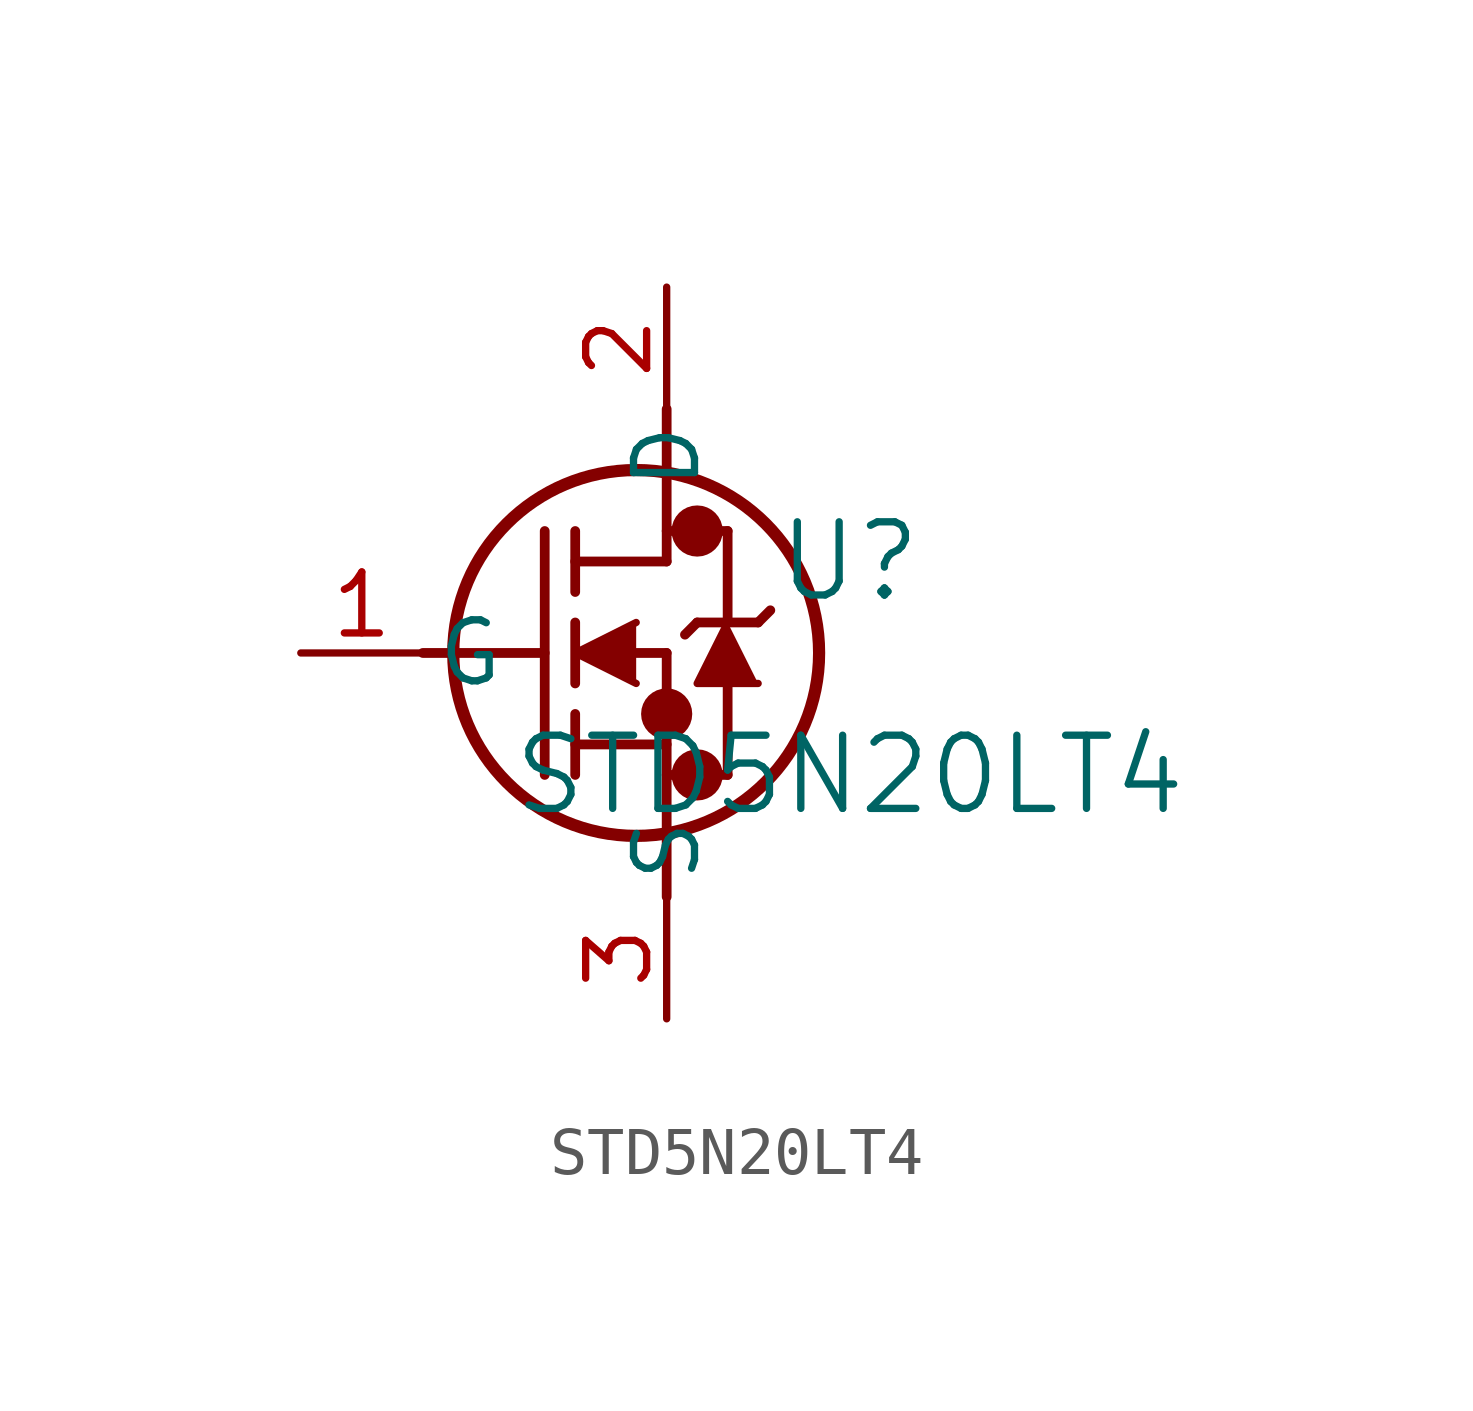
<source format=kicad_sym>
(kicad_symbol_lib
  (version 20211014)
  (generator kicad_symbol_editor)
  (symbol "STD5N20LT4"
    (pin_names
      (offset 0.254))
    (property "Reference" "U"
      (at 11.43 1.905 0)
      (effects (font (size 1.524 1.524))))
    (property "Value" "STD5N20LT4"
      (at 11.43 -2.54 0)
      (effects (font (size 1.524 1.524))))
    (symbol "STD5N20LT4_0_1"
      (circle (center 8.255 2.54) (radius 0.025) (stroke (width 0.508) (type default) (color 0 0 0 0)) (fill (type none)))
      (circle (center 8.255 -2.54) (radius 0.025) (stroke (width 0.508) (type default) (color 0 0 0 0)) (fill (type none)))
      (circle (center 7.62 -1.27) (radius 0.025) (stroke (width 0.508) (type default) (color 0 0 0 0)) (fill (type none)))
      (circle (center 6.985 0) (radius 3.81) (stroke (width 0.254) (type default) (color 0 0 0 0)) (fill (type none)))
      (polyline (pts (xy 2.54 0) (xy 5.08 0)) (stroke (width 0.203) (type default) (color 0 0 0 0)) (fill (type none)))
      (polyline (pts (xy 5.08 -2.54) (xy 5.08 2.54)) (stroke (width 0.203) (type default) (color 0 0 0 0)) (fill (type none)))
      (polyline (pts (xy 5.715 -0.635) (xy 5.715 0.635)) (stroke (width 0.203) (type default) (color 0 0 0 0)) (fill (type none)))
      (polyline (pts (xy 5.715 -2.54) (xy 5.715 -1.27)) (stroke (width 0.203) (type default) (color 0 0 0 0)) (fill (type none)))
      (polyline (pts (xy 5.715 1.27) (xy 5.715 2.54)) (stroke (width 0.203) (type default) (color 0 0 0 0)) (fill (type none)))
      (polyline (pts (xy 6.985 0) (xy 7.62 0)) (stroke (width 0.203) (type default) (color 0 0 0 0)) (fill (type none)))
      (polyline (pts (xy 5.715 -1.905) (xy 7.62 -1.905)) (stroke (width 0.203) (type default) (color 0 0 0 0)) (fill (type none)))
      (polyline (pts (xy 7.62 -5.08) (xy 7.62 0)) (stroke (width 0.203) (type default) (color 0 0 0 0)) (fill (type none)))
      (polyline (pts (xy 7.62 -2.54) (xy 8.89 -2.54)) (stroke (width 0.203) (type default) (color 0 0 0 0)) (fill (type none)))
      (polyline (pts (xy 5.715 1.905) (xy 7.62 1.905)) (stroke (width 0.203) (type default) (color 0 0 0 0)) (fill (type none)))
      (polyline (pts (xy 8.89 0.635) (xy 8.89 2.54)) (stroke (width 0.203) (type default) (color 0 0 0 0)) (fill (type none)))
      (polyline (pts (xy 8.89 -2.54) (xy 8.89 -0.635)) (stroke (width 0.203) (type default) (color 0 0 0 0)) (fill (type none)))
      (polyline (pts (xy 9.779 0.889) (xy 9.525 0.635)) (stroke (width 0.203) (type default) (color 0 0 0 0)) (fill (type none)))
      (polyline (pts (xy 9.525 0.635) (xy 8.255 0.635)) (stroke (width 0.203) (type default) (color 0 0 0 0)) (fill (type none)))
      (polyline (pts (xy 8.255 0.635) (xy 8.001 0.381)) (stroke (width 0.203) (type default) (color 0 0 0 0)) (fill (type none)))
      (polyline (pts (xy 7.62 2.54) (xy 8.89 2.54)) (stroke (width 0.203) (type default) (color 0 0 0 0)) (fill (type none)))
      (polyline (pts (xy 7.62 1.905) (xy 7.62 5.08)) (stroke (width 0.203) (type default) (color 0 0 0 0)) (fill (type none)))
      (polyline (pts (xy 6.985 0.635) (xy 5.715 0) (xy 6.985 -0.635)) (stroke (width 0) (type default) (color 0 0 0 0)) (fill (type outline)))
      (polyline (pts (xy 9.525 -0.635) (xy 8.255 -0.635) (xy 8.89 0.635)) (stroke (width 0) (type default) (color 0 0 0 0)) (fill (type outline)))
      (pin unspecified line (at 0 0 0) (length 2.54) (name "G" (effects (font (size 1.27 1.27)))) (number "1" (effects (font (size 1.27 1.27)))))
      (pin unspecified line (at 7.62 7.62 270) (length 2.54) (name "D" (effects (font (size 1.27 1.27)))) (number "2" (effects (font (size 1.27 1.27)))))
      (pin unspecified line (at 7.62 -7.62 90) (length 2.54) (name "S" (effects (font (size 1.27 1.27)))) (number "3" (effects (font (size 1.27 1.27))))))))
</source>
